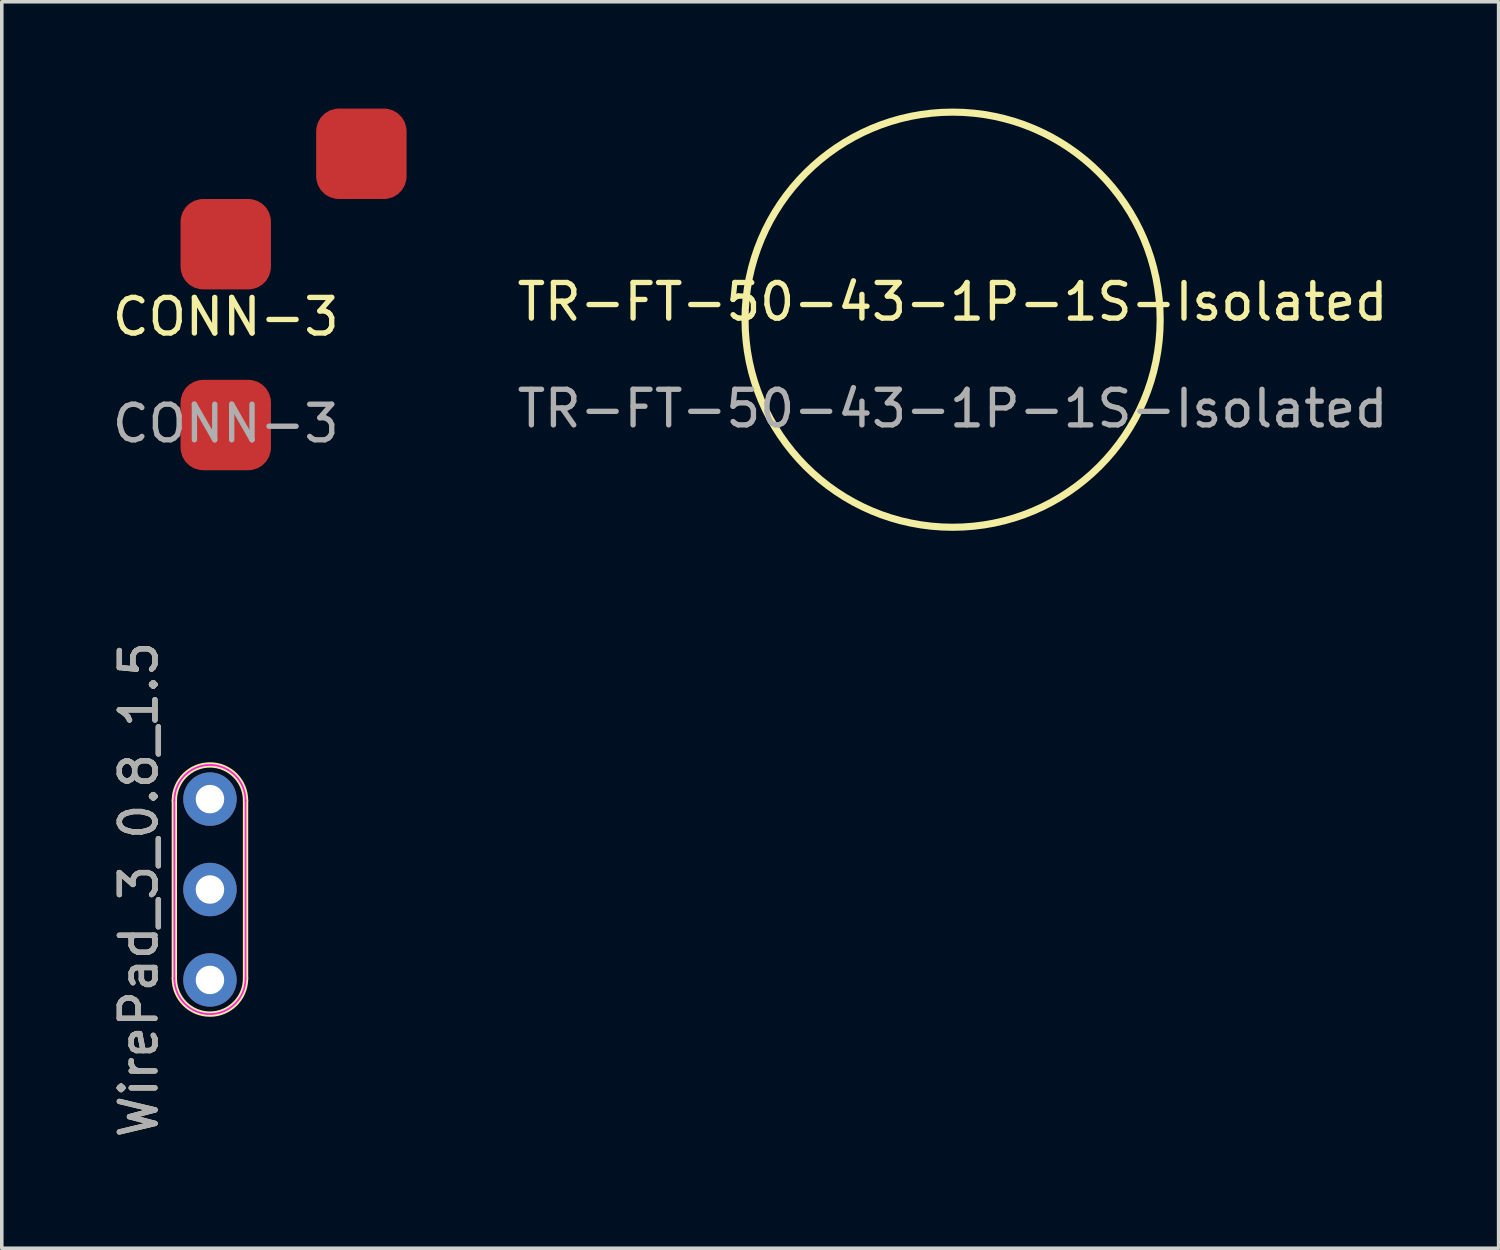
<source format=kicad_pcb>
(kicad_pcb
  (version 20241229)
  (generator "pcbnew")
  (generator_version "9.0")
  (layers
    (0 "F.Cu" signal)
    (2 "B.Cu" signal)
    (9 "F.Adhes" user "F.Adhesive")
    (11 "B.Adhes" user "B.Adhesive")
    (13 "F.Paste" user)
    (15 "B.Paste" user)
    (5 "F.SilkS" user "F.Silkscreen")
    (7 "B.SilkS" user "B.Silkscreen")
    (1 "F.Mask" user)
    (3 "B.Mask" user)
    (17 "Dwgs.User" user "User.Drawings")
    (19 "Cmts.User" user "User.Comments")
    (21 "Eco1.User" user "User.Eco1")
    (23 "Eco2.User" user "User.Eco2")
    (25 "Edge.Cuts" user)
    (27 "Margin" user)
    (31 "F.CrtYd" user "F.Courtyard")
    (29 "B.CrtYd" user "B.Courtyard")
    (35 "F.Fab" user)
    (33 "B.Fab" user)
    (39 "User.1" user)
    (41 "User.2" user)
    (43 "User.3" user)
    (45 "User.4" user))
  (footprint "TR-FT-50-43-1P-1S-Isolated"
    (layer "F.Cu")
    (at 23.711 5.931)
    (property "Reference" "TR-FT-50-43-1P-1S-Isolated" (at 0 -0.5 0) (unlocked yes) (layer "F.SilkS") (effects (font (size 1 1) (thickness 0.15))))
    (attr through_hole)
    (fp_circle (center 0 0) (end 5.831 0) (stroke (width 0.2) (type solid)) (fill no) (layer "F.SilkS"))
    (fp_text user "${REFERENCE}" (at 0 2.5 0) (unlocked yes) (layer "F.Fab") (effects (font (size 1 1) (thickness 0.15)))))
  (footprint "CONN-3"
    (layer "F.Cu")
    (at 3.292 6.35)
    (property "Reference" "CONN-3" (at 0 -0.5 0) (unlocked yes) (layer "F.SilkS") (effects (font (size 1 1) (thickness 0.15))))
    (attr smd)
    (fp_text user "${REFERENCE}" (at 0 2.5 0) (unlocked yes) (layer "F.Fab") (effects (font (size 1 1) (thickness 0.15))))
    (pad "1" smd roundrect (at 0 2.54) (size 2.54 2.54) (layers "F.Cu" "F.Mask" "F.Paste") (roundrect_rratio 0.25))
    (pad "2" smd roundrect (at 3.81 -5.08) (size 2.54 2.54) (layers "F.Cu" "F.Mask" "F.Paste") (roundrect_rratio 0.25))
    (pad "3" smd roundrect (at 0 -2.54) (size 2.54 2.54) (layers "F.Cu" "F.Mask" "F.Paste") (roundrect_rratio 0.25)))
  (footprint "WirePad_3_0.8_1.5"
    (layer "F.Cu")
    (at 2.848 21.939)
    (property "Reference" "WirePad_3_0.8_1.5" (at -2 0 90) (unlocked yes) (layer "F.SilkS") (effects (font (size 1 1) (thickness 0.15))))
    (attr through_hole)
    (fp_line (start -1 -2.5) (end -1 2.5) (stroke (width 0.15) (type solid)) (layer "F.SilkS"))
    (fp_line (start 1 -2.5) (end 1 2.5) (stroke (width 0.15) (type solid)) (layer "F.SilkS"))
    (fp_arc (start -1 -2.5) (mid 0 -3.5) (end 1 -2.5) (stroke (width 0.15) (type solid)) (layer "F.SilkS"))
    (fp_arc (start 1 2.5) (mid 0 3.5) (end -1 2.5) (stroke (width 0.15) (type solid)) (layer "F.SilkS"))
    (fp_line (start -1 -2.5) (end -1 2.5) (stroke (width 0.05) (type solid)) (layer "F.CrtYd"))
    (fp_line (start 1 -2.5) (end 1 2.5) (stroke (width 0.05) (type solid)) (layer "F.CrtYd"))
    (fp_arc (start -1 -2.5) (mid 0 -3.5) (end 1 -2.5) (stroke (width 0.05) (type solid)) (layer "F.CrtYd"))
    (fp_arc (start 1 2.5) (mid 0 3.5) (end -1 2.5) (stroke (width 0.05) (type solid)) (layer "F.CrtYd"))
    (fp_text user "${REFERENCE}" (at -2 0 90) (unlocked yes) (layer "F.Fab") (effects (font (size 1 1) (thickness 0.15))))
    (pad "1" thru_hole circle (at 0 -2.54) (size 1.5 1.5) (drill 0.8) (layers "*.Cu" "*.Mask"))
    (pad "2" thru_hole circle (at 0 0) (size 1.5 1.5) (drill 0.8) (layers "*.Cu" "*.Mask"))
    (pad "3" thru_hole circle (at 0 2.54) (size 1.5 1.5) (drill 0.8) (layers "*.Cu" "*.Mask")))
  (gr_rect
    (start -3 -3)
    (end 39.05 32.017)
    (stroke (width 0.1) (type default))
    (fill no)
    (layer "Edge.Cuts")))
</source>
